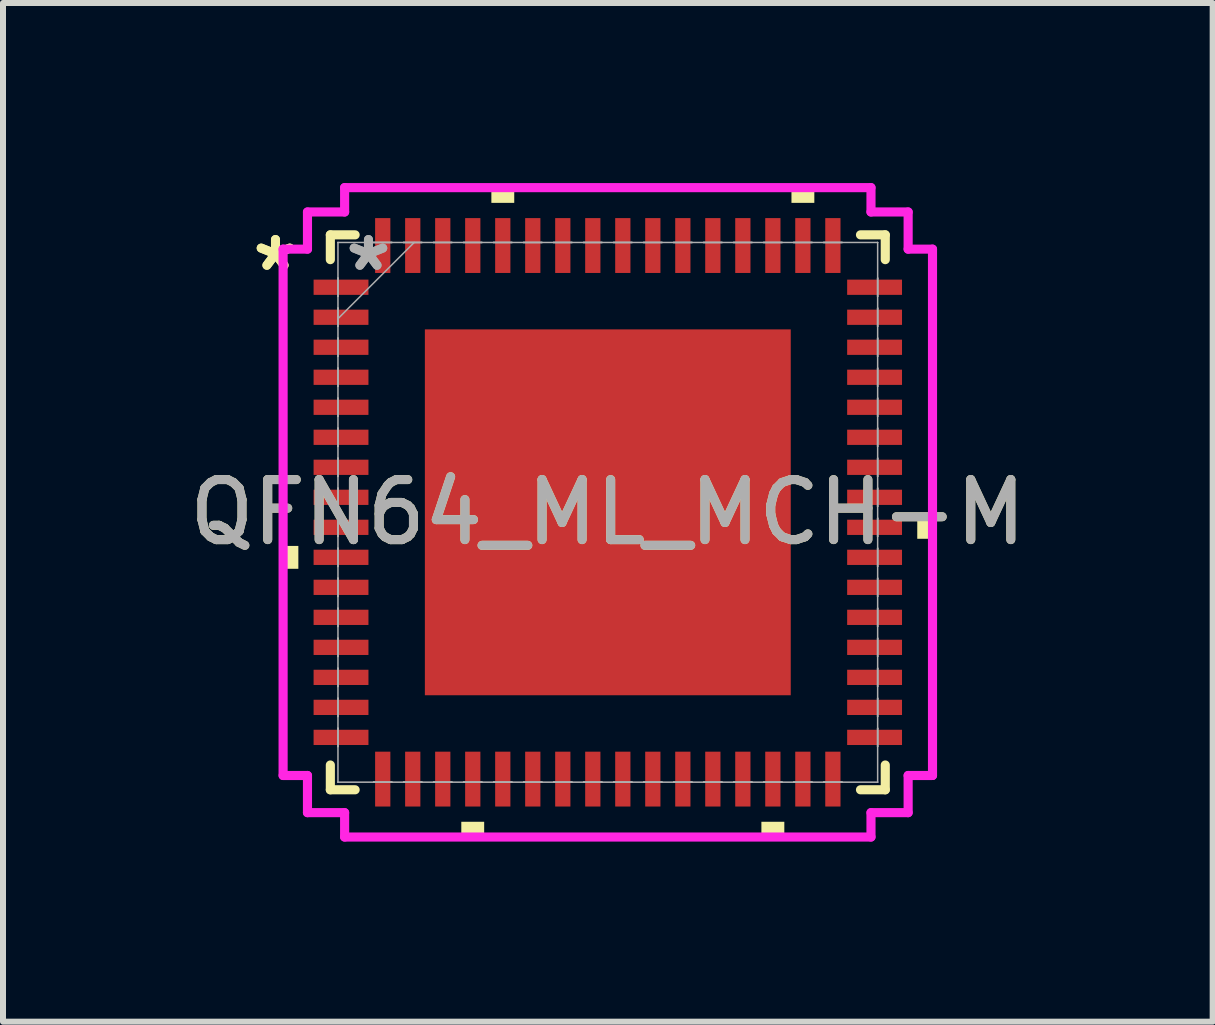
<source format=kicad_pcb>
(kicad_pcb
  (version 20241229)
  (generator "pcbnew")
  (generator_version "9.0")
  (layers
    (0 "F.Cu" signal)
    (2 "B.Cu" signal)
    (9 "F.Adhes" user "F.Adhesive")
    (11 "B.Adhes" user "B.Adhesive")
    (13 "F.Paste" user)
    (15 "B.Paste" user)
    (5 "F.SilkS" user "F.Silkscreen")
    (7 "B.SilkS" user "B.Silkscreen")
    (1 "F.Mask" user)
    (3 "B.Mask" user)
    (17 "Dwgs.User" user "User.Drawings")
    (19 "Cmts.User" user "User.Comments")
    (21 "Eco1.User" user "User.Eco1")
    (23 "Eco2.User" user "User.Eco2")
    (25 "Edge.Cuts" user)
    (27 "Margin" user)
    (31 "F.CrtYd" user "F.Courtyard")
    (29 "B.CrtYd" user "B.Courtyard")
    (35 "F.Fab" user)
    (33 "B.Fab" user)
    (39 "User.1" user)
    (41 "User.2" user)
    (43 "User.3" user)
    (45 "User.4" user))
  (footprint "QFN64_ML_MCH-M"
    (layer "F.Cu")
    (at 7.077 5.486)
    (property "Reference" "QFN64_ML_MCH-M" (at 0 0 0) (unlocked yes) (layer "F.SilkS") (effects (font (size 1 1) (thickness 0.15))))
    (attr smd)
    (fp_line (start -4.623 -4.623) (end -4.623 -4.21) (stroke (width 0.152) (type solid)) (layer "F.SilkS"))
    (fp_line (start -4.623 4.21) (end -4.623 4.623) (stroke (width 0.152) (type solid)) (layer "F.SilkS"))
    (fp_line (start -4.623 4.623) (end -4.21 4.623) (stroke (width 0.152) (type solid)) (layer "F.SilkS"))
    (fp_line (start -4.21 -4.623) (end -4.623 -4.623) (stroke (width 0.152) (type solid)) (layer "F.SilkS"))
    (fp_line (start 4.21 4.623) (end 4.623 4.623) (stroke (width 0.152) (type solid)) (layer "F.SilkS"))
    (fp_line (start 4.623 -4.623) (end 4.21 -4.623) (stroke (width 0.152) (type solid)) (layer "F.SilkS"))
    (fp_line (start 4.623 -4.21) (end 4.623 -4.623) (stroke (width 0.152) (type solid)) (layer "F.SilkS"))
    (fp_line (start 4.623 4.623) (end 4.623 4.21) (stroke (width 0.152) (type solid)) (layer "F.SilkS"))
    (fp_poly (pts (xy -5.41 0.56) (xy -5.41 0.941) (xy -5.156 0.941) (xy -5.156 0.56)) (stroke (width 0) (type solid)) (fill yes) (layer "F.SilkS"))
    (fp_poly (pts (xy -2.441 5.156) (xy -2.441 5.41) (xy -2.06 5.41) (xy -2.06 5.156)) (stroke (width 0) (type solid)) (fill yes) (layer "F.SilkS"))
    (fp_poly (pts (xy -1.94 -5.156) (xy -1.94 -5.41) (xy -1.559 -5.41) (xy -1.559 -5.156)) (stroke (width 0) (type solid)) (fill yes) (layer "F.SilkS"))
    (fp_poly (pts (xy 2.559 5.156) (xy 2.559 5.41) (xy 2.941 5.41) (xy 2.941 5.156)) (stroke (width 0) (type solid)) (fill yes) (layer "F.SilkS"))
    (fp_poly (pts (xy 3.06 -5.156) (xy 3.06 -5.41) (xy 3.441 -5.41) (xy 3.441 -5.156)) (stroke (width 0) (type solid)) (fill yes) (layer "F.SilkS"))
    (fp_poly (pts (xy 5.41 0.059) (xy 5.41 0.441) (xy 5.156 0.441) (xy 5.156 0.059)) (stroke (width 0) (type solid)) (fill yes) (layer "F.SilkS"))
    (fp_poly (pts (xy -2.948 -2.948) (xy -2.948 -1.624) (xy -1.624 -1.624) (xy -1.624 -2.948)) (stroke (width 0) (type solid)) (fill yes) (layer "F.Paste"))
    (fp_poly (pts (xy -2.948 -1.424) (xy -2.948 -0.1) (xy -1.624 -0.1) (xy -1.624 -1.424)) (stroke (width 0) (type solid)) (fill yes) (layer "F.Paste"))
    (fp_poly (pts (xy -2.948 0.1) (xy -2.948 1.424) (xy -1.624 1.424) (xy -1.624 0.1)) (stroke (width 0) (type solid)) (fill yes) (layer "F.Paste"))
    (fp_poly (pts (xy -2.948 1.624) (xy -2.948 2.948) (xy -1.624 2.948) (xy -1.624 1.624)) (stroke (width 0) (type solid)) (fill yes) (layer "F.Paste"))
    (fp_poly (pts (xy -1.424 -2.948) (xy -1.424 -1.624) (xy -0.1 -1.624) (xy -0.1 -2.948)) (stroke (width 0) (type solid)) (fill yes) (layer "F.Paste"))
    (fp_poly (pts (xy -1.424 -1.424) (xy -1.424 -0.1) (xy -0.1 -0.1) (xy -0.1 -1.424)) (stroke (width 0) (type solid)) (fill yes) (layer "F.Paste"))
    (fp_poly (pts (xy -1.424 0.1) (xy -1.424 1.424) (xy -0.1 1.424) (xy -0.1 0.1)) (stroke (width 0) (type solid)) (fill yes) (layer "F.Paste"))
    (fp_poly (pts (xy -1.424 1.624) (xy -1.424 2.948) (xy -0.1 2.948) (xy -0.1 1.624)) (stroke (width 0) (type solid)) (fill yes) (layer "F.Paste"))
    (fp_poly (pts (xy 0.1 -2.948) (xy 0.1 -1.624) (xy 1.424 -1.624) (xy 1.424 -2.948)) (stroke (width 0) (type solid)) (fill yes) (layer "F.Paste"))
    (fp_poly (pts (xy 0.1 -1.424) (xy 0.1 -0.1) (xy 1.424 -0.1) (xy 1.424 -1.424)) (stroke (width 0) (type solid)) (fill yes) (layer "F.Paste"))
    (fp_poly (pts (xy 0.1 0.1) (xy 0.1 1.424) (xy 1.424 1.424) (xy 1.424 0.1)) (stroke (width 0) (type solid)) (fill yes) (layer "F.Paste"))
    (fp_poly (pts (xy 0.1 1.624) (xy 0.1 2.948) (xy 1.424 2.948) (xy 1.424 1.624)) (stroke (width 0) (type solid)) (fill yes) (layer "F.Paste"))
    (fp_poly (pts (xy 1.624 -2.948) (xy 1.624 -1.624) (xy 2.948 -1.624) (xy 2.948 -2.948)) (stroke (width 0) (type solid)) (fill yes) (layer "F.Paste"))
    (fp_poly (pts (xy 1.624 -1.424) (xy 1.624 -0.1) (xy 2.948 -0.1) (xy 2.948 -1.424)) (stroke (width 0) (type solid)) (fill yes) (layer "F.Paste"))
    (fp_poly (pts (xy 1.624 0.1) (xy 1.624 1.424) (xy 2.948 1.424) (xy 2.948 0.1)) (stroke (width 0) (type solid)) (fill yes) (layer "F.Paste"))
    (fp_poly (pts (xy 1.624 1.624) (xy 1.624 2.948) (xy 2.948 2.948) (xy 2.948 1.624)) (stroke (width 0) (type solid)) (fill yes) (layer "F.Paste"))
    (fp_line (start -5.41 -4.385) (end -5.004 -4.385) (stroke (width 0.152) (type solid)) (layer "F.CrtYd"))
    (fp_line (start -5.41 4.385) (end -5.41 -4.385) (stroke (width 0.152) (type solid)) (layer "F.CrtYd"))
    (fp_line (start -5.004 -5.004) (end -4.385 -5.004) (stroke (width 0.152) (type solid)) (layer "F.CrtYd"))
    (fp_line (start -5.004 -4.385) (end -5.004 -5.004) (stroke (width 0.152) (type solid)) (layer "F.CrtYd"))
    (fp_line (start -5.004 4.385) (end -5.41 4.385) (stroke (width 0.152) (type solid)) (layer "F.CrtYd"))
    (fp_line (start -5.004 5.004) (end -5.004 4.385) (stroke (width 0.152) (type solid)) (layer "F.CrtYd"))
    (fp_line (start -4.385 -5.41) (end 4.385 -5.41) (stroke (width 0.152) (type solid)) (layer "F.CrtYd"))
    (fp_line (start -4.385 -5.004) (end -4.385 -5.41) (stroke (width 0.152) (type solid)) (layer "F.CrtYd"))
    (fp_line (start -4.385 5.004) (end -5.004 5.004) (stroke (width 0.152) (type solid)) (layer "F.CrtYd"))
    (fp_line (start -4.385 5.41) (end -4.385 5.004) (stroke (width 0.152) (type solid)) (layer "F.CrtYd"))
    (fp_line (start 4.385 -5.41) (end 4.385 -5.004) (stroke (width 0.152) (type solid)) (layer "F.CrtYd"))
    (fp_line (start 4.385 -5.004) (end 5.004 -5.004) (stroke (width 0.152) (type solid)) (layer "F.CrtYd"))
    (fp_line (start 4.385 5.004) (end 4.385 5.41) (stroke (width 0.152) (type solid)) (layer "F.CrtYd"))
    (fp_line (start 4.385 5.41) (end -4.385 5.41) (stroke (width 0.152) (type solid)) (layer "F.CrtYd"))
    (fp_line (start 5.004 -5.004) (end 5.004 -4.385) (stroke (width 0.152) (type solid)) (layer "F.CrtYd"))
    (fp_line (start 5.004 -4.385) (end 5.41 -4.385) (stroke (width 0.152) (type solid)) (layer "F.CrtYd"))
    (fp_line (start 5.004 4.385) (end 5.004 5.004) (stroke (width 0.152) (type solid)) (layer "F.CrtYd"))
    (fp_line (start 5.004 5.004) (end 4.385 5.004) (stroke (width 0.152) (type solid)) (layer "F.CrtYd"))
    (fp_line (start 5.41 -4.385) (end 5.41 4.385) (stroke (width 0.152) (type solid)) (layer "F.CrtYd"))
    (fp_line (start 5.41 4.385) (end 5.004 4.385) (stroke (width 0.152) (type solid)) (layer "F.CrtYd"))
    (fp_line (start -4.496 -4.496) (end -4.496 -4.496) (stroke (width 0.025) (type solid)) (layer "F.Fab"))
    (fp_line (start -4.496 -4.496) (end -4.496 4.496) (stroke (width 0.025) (type solid)) (layer "F.Fab"))
    (fp_line (start -4.496 -3.902) (end -4.496 -3.902) (stroke (width 0.025) (type solid)) (layer "F.Fab"))
    (fp_line (start -4.496 -3.902) (end -4.496 -3.598) (stroke (width 0.025) (type solid)) (layer "F.Fab"))
    (fp_line (start -4.496 -3.598) (end -4.496 -3.902) (stroke (width 0.025) (type solid)) (layer "F.Fab"))
    (fp_line (start -4.496 -3.598) (end -4.496 -3.598) (stroke (width 0.025) (type solid)) (layer "F.Fab"))
    (fp_line (start -4.496 -3.402) (end -4.496 -3.402) (stroke (width 0.025) (type solid)) (layer "F.Fab"))
    (fp_line (start -4.496 -3.402) (end -4.496 -3.098) (stroke (width 0.025) (type solid)) (layer "F.Fab"))
    (fp_line (start -4.496 -3.226) (end -3.226 -4.496) (stroke (width 0.025) (type solid)) (layer "F.Fab"))
    (fp_line (start -4.496 -3.098) (end -4.496 -3.402) (stroke (width 0.025) (type solid)) (layer "F.Fab"))
    (fp_line (start -4.496 -3.098) (end -4.496 -3.098) (stroke (width 0.025) (type solid)) (layer "F.Fab"))
    (fp_line (start -4.496 -2.902) (end -4.496 -2.902) (stroke (width 0.025) (type solid)) (layer "F.Fab"))
    (fp_line (start -4.496 -2.902) (end -4.496 -2.598) (stroke (width 0.025) (type solid)) (layer "F.Fab"))
    (fp_line (start -4.496 -2.598) (end -4.496 -2.902) (stroke (width 0.025) (type solid)) (layer "F.Fab"))
    (fp_line (start -4.496 -2.598) (end -4.496 -2.598) (stroke (width 0.025) (type solid)) (layer "F.Fab"))
    (fp_line (start -4.496 -2.402) (end -4.496 -2.402) (stroke (width 0.025) (type solid)) (layer "F.Fab"))
    (fp_line (start -4.496 -2.402) (end -4.496 -2.098) (stroke (width 0.025) (type solid)) (layer "F.Fab"))
    (fp_line (start -4.496 -2.098) (end -4.496 -2.402) (stroke (width 0.025) (type solid)) (layer "F.Fab"))
    (fp_line (start -4.496 -2.098) (end -4.496 -2.098) (stroke (width 0.025) (type solid)) (layer "F.Fab"))
    (fp_line (start -4.496 -1.902) (end -4.496 -1.902) (stroke (width 0.025) (type solid)) (layer "F.Fab"))
    (fp_line (start -4.496 -1.902) (end -4.496 -1.598) (stroke (width 0.025) (type solid)) (layer "F.Fab"))
    (fp_line (start -4.496 -1.598) (end -4.496 -1.902) (stroke (width 0.025) (type solid)) (layer "F.Fab"))
    (fp_line (start -4.496 -1.598) (end -4.496 -1.598) (stroke (width 0.025) (type solid)) (layer "F.Fab"))
    (fp_line (start -4.496 -1.402) (end -4.496 -1.402) (stroke (width 0.025) (type solid)) (layer "F.Fab"))
    (fp_line (start -4.496 -1.402) (end -4.496 -1.098) (stroke (width 0.025) (type solid)) (layer "F.Fab"))
    (fp_line (start -4.496 -1.098) (end -4.496 -1.402) (stroke (width 0.025) (type solid)) (layer "F.Fab"))
    (fp_line (start -4.496 -1.098) (end -4.496 -1.098) (stroke (width 0.025) (type solid)) (layer "F.Fab"))
    (fp_line (start -4.496 -0.902) (end -4.496 -0.902) (stroke (width 0.025) (type solid)) (layer "F.Fab"))
    (fp_line (start -4.496 -0.902) (end -4.496 -0.598) (stroke (width 0.025) (type solid)) (layer "F.Fab"))
    (fp_line (start -4.496 -0.598) (end -4.496 -0.902) (stroke (width 0.025) (type solid)) (layer "F.Fab"))
    (fp_line (start -4.496 -0.598) (end -4.496 -0.598) (stroke (width 0.025) (type solid)) (layer "F.Fab"))
    (fp_line (start -4.496 -0.402) (end -4.496 -0.402) (stroke (width 0.025) (type solid)) (layer "F.Fab"))
    (fp_line (start -4.496 -0.402) (end -4.496 -0.098) (stroke (width 0.025) (type solid)) (layer "F.Fab"))
    (fp_line (start -4.496 -0.098) (end -4.496 -0.402) (stroke (width 0.025) (type solid)) (layer "F.Fab"))
    (fp_line (start -4.496 -0.098) (end -4.496 -0.098) (stroke (width 0.025) (type solid)) (layer "F.Fab"))
    (fp_line (start -4.496 0.098) (end -4.496 0.098) (stroke (width 0.025) (type solid)) (layer "F.Fab"))
    (fp_line (start -4.496 0.098) (end -4.496 0.402) (stroke (width 0.025) (type solid)) (layer "F.Fab"))
    (fp_line (start -4.496 0.402) (end -4.496 0.098) (stroke (width 0.025) (type solid)) (layer "F.Fab"))
    (fp_line (start -4.496 0.402) (end -4.496 0.402) (stroke (width 0.025) (type solid)) (layer "F.Fab"))
    (fp_line (start -4.496 0.598) (end -4.496 0.598) (stroke (width 0.025) (type solid)) (layer "F.Fab"))
    (fp_line (start -4.496 0.598) (end -4.496 0.902) (stroke (width 0.025) (type solid)) (layer "F.Fab"))
    (fp_line (start -4.496 0.902) (end -4.496 0.598) (stroke (width 0.025) (type solid)) (layer "F.Fab"))
    (fp_line (start -4.496 0.902) (end -4.496 0.902) (stroke (width 0.025) (type solid)) (layer "F.Fab"))
    (fp_line (start -4.496 1.098) (end -4.496 1.098) (stroke (width 0.025) (type solid)) (layer "F.Fab"))
    (fp_line (start -4.496 1.098) (end -4.496 1.402) (stroke (width 0.025) (type solid)) (layer "F.Fab"))
    (fp_line (start -4.496 1.402) (end -4.496 1.098) (stroke (width 0.025) (type solid)) (layer "F.Fab"))
    (fp_line (start -4.496 1.402) (end -4.496 1.402) (stroke (width 0.025) (type solid)) (layer "F.Fab"))
    (fp_line (start -4.496 1.598) (end -4.496 1.598) (stroke (width 0.025) (type solid)) (layer "F.Fab"))
    (fp_line (start -4.496 1.598) (end -4.496 1.902) (stroke (width 0.025) (type solid)) (layer "F.Fab"))
    (fp_line (start -4.496 1.902) (end -4.496 1.598) (stroke (width 0.025) (type solid)) (layer "F.Fab"))
    (fp_line (start -4.496 1.902) (end -4.496 1.902) (stroke (width 0.025) (type solid)) (layer "F.Fab"))
    (fp_line (start -4.496 2.098) (end -4.496 2.098) (stroke (width 0.025) (type solid)) (layer "F.Fab"))
    (fp_line (start -4.496 2.098) (end -4.496 2.402) (stroke (width 0.025) (type solid)) (layer "F.Fab"))
    (fp_line (start -4.496 2.402) (end -4.496 2.098) (stroke (width 0.025) (type solid)) (layer "F.Fab"))
    (fp_line (start -4.496 2.402) (end -4.496 2.402) (stroke (width 0.025) (type solid)) (layer "F.Fab"))
    (fp_line (start -4.496 2.598) (end -4.496 2.598) (stroke (width 0.025) (type solid)) (layer "F.Fab"))
    (fp_line (start -4.496 2.598) (end -4.496 2.902) (stroke (width 0.025) (type solid)) (layer "F.Fab"))
    (fp_line (start -4.496 2.902) (end -4.496 2.598) (stroke (width 0.025) (type solid)) (layer "F.Fab"))
    (fp_line (start -4.496 2.902) (end -4.496 2.902) (stroke (width 0.025) (type solid)) (layer "F.Fab"))
    (fp_line (start -4.496 3.098) (end -4.496 3.098) (stroke (width 0.025) (type solid)) (layer "F.Fab"))
    (fp_line (start -4.496 3.098) (end -4.496 3.402) (stroke (width 0.025) (type solid)) (layer "F.Fab"))
    (fp_line (start -4.496 3.402) (end -4.496 3.098) (stroke (width 0.025) (type solid)) (layer "F.Fab"))
    (fp_line (start -4.496 3.402) (end -4.496 3.402) (stroke (width 0.025) (type solid)) (layer "F.Fab"))
    (fp_line (start -4.496 3.598) (end -4.496 3.598) (stroke (width 0.025) (type solid)) (layer "F.Fab"))
    (fp_line (start -4.496 3.598) (end -4.496 3.902) (stroke (width 0.025) (type solid)) (layer "F.Fab"))
    (fp_line (start -4.496 3.902) (end -4.496 3.598) (stroke (width 0.025) (type solid)) (layer "F.Fab"))
    (fp_line (start -4.496 3.902) (end -4.496 3.902) (stroke (width 0.025) (type solid)) (layer "F.Fab"))
    (fp_line (start -4.496 4.496) (end -4.496 4.496) (stroke (width 0.025) (type solid)) (layer "F.Fab"))
    (fp_line (start -4.496 4.496) (end 4.496 4.496) (stroke (width 0.025) (type solid)) (layer "F.Fab"))
    (fp_line (start -3.902 -4.496) (end -3.902 -4.496) (stroke (width 0.025) (type solid)) (layer "F.Fab"))
    (fp_line (start -3.902 -4.496) (end -3.598 -4.496) (stroke (width 0.025) (type solid)) (layer "F.Fab"))
    (fp_line (start -3.902 4.496) (end -3.902 4.496) (stroke (width 0.025) (type solid)) (layer "F.Fab"))
    (fp_line (start -3.902 4.496) (end -3.598 4.496) (stroke (width 0.025) (type solid)) (layer "F.Fab"))
    (fp_line (start -3.598 -4.496) (end -3.902 -4.496) (stroke (width 0.025) (type solid)) (layer "F.Fab"))
    (fp_line (start -3.598 -4.496) (end -3.598 -4.496) (stroke (width 0.025) (type solid)) (layer "F.Fab"))
    (fp_line (start -3.598 4.496) (end -3.902 4.496) (stroke (width 0.025) (type solid)) (layer "F.Fab"))
    (fp_line (start -3.598 4.496) (end -3.598 4.496) (stroke (width 0.025) (type solid)) (layer "F.Fab"))
    (fp_line (start -3.402 -4.496) (end -3.402 -4.496) (stroke (width 0.025) (type solid)) (layer "F.Fab"))
    (fp_line (start -3.402 -4.496) (end -3.098 -4.496) (stroke (width 0.025) (type solid)) (layer "F.Fab"))
    (fp_line (start -3.402 4.496) (end -3.402 4.496) (stroke (width 0.025) (type solid)) (layer "F.Fab"))
    (fp_line (start -3.402 4.496) (end -3.098 4.496) (stroke (width 0.025) (type solid)) (layer "F.Fab"))
    (fp_line (start -3.098 -4.496) (end -3.402 -4.496) (stroke (width 0.025) (type solid)) (layer "F.Fab"))
    (fp_line (start -3.098 -4.496) (end -3.098 -4.496) (stroke (width 0.025) (type solid)) (layer "F.Fab"))
    (fp_line (start -3.098 4.496) (end -3.402 4.496) (stroke (width 0.025) (type solid)) (layer "F.Fab"))
    (fp_line (start -3.098 4.496) (end -3.098 4.496) (stroke (width 0.025) (type solid)) (layer "F.Fab"))
    (fp_line (start -2.902 -4.496) (end -2.902 -4.496) (stroke (width 0.025) (type solid)) (layer "F.Fab"))
    (fp_line (start -2.902 -4.496) (end -2.598 -4.496) (stroke (width 0.025) (type solid)) (layer "F.Fab"))
    (fp_line (start -2.902 4.496) (end -2.902 4.496) (stroke (width 0.025) (type solid)) (layer "F.Fab"))
    (fp_line (start -2.902 4.496) (end -2.598 4.496) (stroke (width 0.025) (type solid)) (layer "F.Fab"))
    (fp_line (start -2.598 -4.496) (end -2.902 -4.496) (stroke (width 0.025) (type solid)) (layer "F.Fab"))
    (fp_line (start -2.598 -4.496) (end -2.598 -4.496) (stroke (width 0.025) (type solid)) (layer "F.Fab"))
    (fp_line (start -2.598 4.496) (end -2.902 4.496) (stroke (width 0.025) (type solid)) (layer "F.Fab"))
    (fp_line (start -2.598 4.496) (end -2.598 4.496) (stroke (width 0.025) (type solid)) (layer "F.Fab"))
    (fp_line (start -2.402 -4.496) (end -2.402 -4.496) (stroke (width 0.025) (type solid)) (layer "F.Fab"))
    (fp_line (start -2.402 -4.496) (end -2.098 -4.496) (stroke (width 0.025) (type solid)) (layer "F.Fab"))
    (fp_line (start -2.402 4.496) (end -2.402 4.496) (stroke (width 0.025) (type solid)) (layer "F.Fab"))
    (fp_line (start -2.402 4.496) (end -2.098 4.496) (stroke (width 0.025) (type solid)) (layer "F.Fab"))
    (fp_line (start -2.098 -4.496) (end -2.402 -4.496) (stroke (width 0.025) (type solid)) (layer "F.Fab"))
    (fp_line (start -2.098 -4.496) (end -2.098 -4.496) (stroke (width 0.025) (type solid)) (layer "F.Fab"))
    (fp_line (start -2.098 4.496) (end -2.402 4.496) (stroke (width 0.025) (type solid)) (layer "F.Fab"))
    (fp_line (start -2.098 4.496) (end -2.098 4.496) (stroke (width 0.025) (type solid)) (layer "F.Fab"))
    (fp_line (start -1.902 -4.496) (end -1.902 -4.496) (stroke (width 0.025) (type solid)) (layer "F.Fab"))
    (fp_line (start -1.902 -4.496) (end -1.598 -4.496) (stroke (width 0.025) (type solid)) (layer "F.Fab"))
    (fp_line (start -1.902 4.496) (end -1.902 4.496) (stroke (width 0.025) (type solid)) (layer "F.Fab"))
    (fp_line (start -1.902 4.496) (end -1.598 4.496) (stroke (width 0.025) (type solid)) (layer "F.Fab"))
    (fp_line (start -1.598 -4.496) (end -1.902 -4.496) (stroke (width 0.025) (type solid)) (layer "F.Fab"))
    (fp_line (start -1.598 -4.496) (end -1.598 -4.496) (stroke (width 0.025) (type solid)) (layer "F.Fab"))
    (fp_line (start -1.598 4.496) (end -1.902 4.496) (stroke (width 0.025) (type solid)) (layer "F.Fab"))
    (fp_line (start -1.598 4.496) (end -1.598 4.496) (stroke (width 0.025) (type solid)) (layer "F.Fab"))
    (fp_line (start -1.402 -4.496) (end -1.402 -4.496) (stroke (width 0.025) (type solid)) (layer "F.Fab"))
    (fp_line (start -1.402 -4.496) (end -1.098 -4.496) (stroke (width 0.025) (type solid)) (layer "F.Fab"))
    (fp_line (start -1.402 4.496) (end -1.402 4.496) (stroke (width 0.025) (type solid)) (layer "F.Fab"))
    (fp_line (start -1.402 4.496) (end -1.098 4.496) (stroke (width 0.025) (type solid)) (layer "F.Fab"))
    (fp_line (start -1.098 -4.496) (end -1.402 -4.496) (stroke (width 0.025) (type solid)) (layer "F.Fab"))
    (fp_line (start -1.098 -4.496) (end -1.098 -4.496) (stroke (width 0.025) (type solid)) (layer "F.Fab"))
    (fp_line (start -1.098 4.496) (end -1.402 4.496) (stroke (width 0.025) (type solid)) (layer "F.Fab"))
    (fp_line (start -1.098 4.496) (end -1.098 4.496) (stroke (width 0.025) (type solid)) (layer "F.Fab"))
    (fp_line (start -0.902 -4.496) (end -0.902 -4.496) (stroke (width 0.025) (type solid)) (layer "F.Fab"))
    (fp_line (start -0.902 -4.496) (end -0.598 -4.496) (stroke (width 0.025) (type solid)) (layer "F.Fab"))
    (fp_line (start -0.902 4.496) (end -0.902 4.496) (stroke (width 0.025) (type solid)) (layer "F.Fab"))
    (fp_line (start -0.902 4.496) (end -0.598 4.496) (stroke (width 0.025) (type solid)) (layer "F.Fab"))
    (fp_line (start -0.598 -4.496) (end -0.902 -4.496) (stroke (width 0.025) (type solid)) (layer "F.Fab"))
    (fp_line (start -0.598 -4.496) (end -0.598 -4.496) (stroke (width 0.025) (type solid)) (layer "F.Fab"))
    (fp_line (start -0.598 4.496) (end -0.902 4.496) (stroke (width 0.025) (type solid)) (layer "F.Fab"))
    (fp_line (start -0.598 4.496) (end -0.598 4.496) (stroke (width 0.025) (type solid)) (layer "F.Fab"))
    (fp_line (start -0.402 -4.496) (end -0.402 -4.496) (stroke (width 0.025) (type solid)) (layer "F.Fab"))
    (fp_line (start -0.402 -4.496) (end -0.098 -4.496) (stroke (width 0.025) (type solid)) (layer "F.Fab"))
    (fp_line (start -0.402 4.496) (end -0.402 4.496) (stroke (width 0.025) (type solid)) (layer "F.Fab"))
    (fp_line (start -0.402 4.496) (end -0.098 4.496) (stroke (width 0.025) (type solid)) (layer "F.Fab"))
    (fp_line (start -0.098 -4.496) (end -0.402 -4.496) (stroke (width 0.025) (type solid)) (layer "F.Fab"))
    (fp_line (start -0.098 -4.496) (end -0.098 -4.496) (stroke (width 0.025) (type solid)) (layer "F.Fab"))
    (fp_line (start -0.098 4.496) (end -0.402 4.496) (stroke (width 0.025) (type solid)) (layer "F.Fab"))
    (fp_line (start -0.098 4.496) (end -0.098 4.496) (stroke (width 0.025) (type solid)) (layer "F.Fab"))
    (fp_line (start 0.098 -4.496) (end 0.098 -4.496) (stroke (width 0.025) (type solid)) (layer "F.Fab"))
    (fp_line (start 0.098 -4.496) (end 0.402 -4.496) (stroke (width 0.025) (type solid)) (layer "F.Fab"))
    (fp_line (start 0.098 4.496) (end 0.098 4.496) (stroke (width 0.025) (type solid)) (layer "F.Fab"))
    (fp_line (start 0.098 4.496) (end 0.402 4.496) (stroke (width 0.025) (type solid)) (layer "F.Fab"))
    (fp_line (start 0.402 -4.496) (end 0.098 -4.496) (stroke (width 0.025) (type solid)) (layer "F.Fab"))
    (fp_line (start 0.402 -4.496) (end 0.402 -4.496) (stroke (width 0.025) (type solid)) (layer "F.Fab"))
    (fp_line (start 0.402 4.496) (end 0.098 4.496) (stroke (width 0.025) (type solid)) (layer "F.Fab"))
    (fp_line (start 0.402 4.496) (end 0.402 4.496) (stroke (width 0.025) (type solid)) (layer "F.Fab"))
    (fp_line (start 0.598 -4.496) (end 0.598 -4.496) (stroke (width 0.025) (type solid)) (layer "F.Fab"))
    (fp_line (start 0.598 -4.496) (end 0.902 -4.496) (stroke (width 0.025) (type solid)) (layer "F.Fab"))
    (fp_line (start 0.598 4.496) (end 0.598 4.496) (stroke (width 0.025) (type solid)) (layer "F.Fab"))
    (fp_line (start 0.598 4.496) (end 0.902 4.496) (stroke (width 0.025) (type solid)) (layer "F.Fab"))
    (fp_line (start 0.902 -4.496) (end 0.598 -4.496) (stroke (width 0.025) (type solid)) (layer "F.Fab"))
    (fp_line (start 0.902 -4.496) (end 0.902 -4.496) (stroke (width 0.025) (type solid)) (layer "F.Fab"))
    (fp_line (start 0.902 4.496) (end 0.598 4.496) (stroke (width 0.025) (type solid)) (layer "F.Fab"))
    (fp_line (start 0.902 4.496) (end 0.902 4.496) (stroke (width 0.025) (type solid)) (layer "F.Fab"))
    (fp_line (start 1.098 -4.496) (end 1.098 -4.496) (stroke (width 0.025) (type solid)) (layer "F.Fab"))
    (fp_line (start 1.098 -4.496) (end 1.402 -4.496) (stroke (width 0.025) (type solid)) (layer "F.Fab"))
    (fp_line (start 1.098 4.496) (end 1.098 4.496) (stroke (width 0.025) (type solid)) (layer "F.Fab"))
    (fp_line (start 1.098 4.496) (end 1.402 4.496) (stroke (width 0.025) (type solid)) (layer "F.Fab"))
    (fp_line (start 1.402 -4.496) (end 1.098 -4.496) (stroke (width 0.025) (type solid)) (layer "F.Fab"))
    (fp_line (start 1.402 -4.496) (end 1.402 -4.496) (stroke (width 0.025) (type solid)) (layer "F.Fab"))
    (fp_line (start 1.402 4.496) (end 1.098 4.496) (stroke (width 0.025) (type solid)) (layer "F.Fab"))
    (fp_line (start 1.402 4.496) (end 1.402 4.496) (stroke (width 0.025) (type solid)) (layer "F.Fab"))
    (fp_line (start 1.598 -4.496) (end 1.598 -4.496) (stroke (width 0.025) (type solid)) (layer "F.Fab"))
    (fp_line (start 1.598 -4.496) (end 1.902 -4.496) (stroke (width 0.025) (type solid)) (layer "F.Fab"))
    (fp_line (start 1.598 4.496) (end 1.598 4.496) (stroke (width 0.025) (type solid)) (layer "F.Fab"))
    (fp_line (start 1.598 4.496) (end 1.902 4.496) (stroke (width 0.025) (type solid)) (layer "F.Fab"))
    (fp_line (start 1.902 -4.496) (end 1.598 -4.496) (stroke (width 0.025) (type solid)) (layer "F.Fab"))
    (fp_line (start 1.902 -4.496) (end 1.902 -4.496) (stroke (width 0.025) (type solid)) (layer "F.Fab"))
    (fp_line (start 1.902 4.496) (end 1.598 4.496) (stroke (width 0.025) (type solid)) (layer "F.Fab"))
    (fp_line (start 1.902 4.496) (end 1.902 4.496) (stroke (width 0.025) (type solid)) (layer "F.Fab"))
    (fp_line (start 2.098 -4.496) (end 2.098 -4.496) (stroke (width 0.025) (type solid)) (layer "F.Fab"))
    (fp_line (start 2.098 -4.496) (end 2.402 -4.496) (stroke (width 0.025) (type solid)) (layer "F.Fab"))
    (fp_line (start 2.098 4.496) (end 2.098 4.496) (stroke (width 0.025) (type solid)) (layer "F.Fab"))
    (fp_line (start 2.098 4.496) (end 2.402 4.496) (stroke (width 0.025) (type solid)) (layer "F.Fab"))
    (fp_line (start 2.402 -4.496) (end 2.098 -4.496) (stroke (width 0.025) (type solid)) (layer "F.Fab"))
    (fp_line (start 2.402 -4.496) (end 2.402 -4.496) (stroke (width 0.025) (type solid)) (layer "F.Fab"))
    (fp_line (start 2.402 4.496) (end 2.098 4.496) (stroke (width 0.025) (type solid)) (layer "F.Fab"))
    (fp_line (start 2.402 4.496) (end 2.402 4.496) (stroke (width 0.025) (type solid)) (layer "F.Fab"))
    (fp_line (start 2.598 -4.496) (end 2.598 -4.496) (stroke (width 0.025) (type solid)) (layer "F.Fab"))
    (fp_line (start 2.598 -4.496) (end 2.902 -4.496) (stroke (width 0.025) (type solid)) (layer "F.Fab"))
    (fp_line (start 2.598 4.496) (end 2.598 4.496) (stroke (width 0.025) (type solid)) (layer "F.Fab"))
    (fp_line (start 2.598 4.496) (end 2.902 4.496) (stroke (width 0.025) (type solid)) (layer "F.Fab"))
    (fp_line (start 2.902 -4.496) (end 2.598 -4.496) (stroke (width 0.025) (type solid)) (layer "F.Fab"))
    (fp_line (start 2.902 -4.496) (end 2.902 -4.496) (stroke (width 0.025) (type solid)) (layer "F.Fab"))
    (fp_line (start 2.902 4.496) (end 2.598 4.496) (stroke (width 0.025) (type solid)) (layer "F.Fab"))
    (fp_line (start 2.902 4.496) (end 2.902 4.496) (stroke (width 0.025) (type solid)) (layer "F.Fab"))
    (fp_line (start 3.098 -4.496) (end 3.098 -4.496) (stroke (width 0.025) (type solid)) (layer "F.Fab"))
    (fp_line (start 3.098 -4.496) (end 3.402 -4.496) (stroke (width 0.025) (type solid)) (layer "F.Fab"))
    (fp_line (start 3.098 4.496) (end 3.098 4.496) (stroke (width 0.025) (type solid)) (layer "F.Fab"))
    (fp_line (start 3.098 4.496) (end 3.402 4.496) (stroke (width 0.025) (type solid)) (layer "F.Fab"))
    (fp_line (start 3.402 -4.496) (end 3.098 -4.496) (stroke (width 0.025) (type solid)) (layer "F.Fab"))
    (fp_line (start 3.402 -4.496) (end 3.402 -4.496) (stroke (width 0.025) (type solid)) (layer "F.Fab"))
    (fp_line (start 3.402 4.496) (end 3.098 4.496) (stroke (width 0.025) (type solid)) (layer "F.Fab"))
    (fp_line (start 3.402 4.496) (end 3.402 4.496) (stroke (width 0.025) (type solid)) (layer "F.Fab"))
    (fp_line (start 3.598 -4.496) (end 3.598 -4.496) (stroke (width 0.025) (type solid)) (layer "F.Fab"))
    (fp_line (start 3.598 -4.496) (end 3.902 -4.496) (stroke (width 0.025) (type solid)) (layer "F.Fab"))
    (fp_line (start 3.598 4.496) (end 3.598 4.496) (stroke (width 0.025) (type solid)) (layer "F.Fab"))
    (fp_line (start 3.598 4.496) (end 3.902 4.496) (stroke (width 0.025) (type solid)) (layer "F.Fab"))
    (fp_line (start 3.902 -4.496) (end 3.598 -4.496) (stroke (width 0.025) (type solid)) (layer "F.Fab"))
    (fp_line (start 3.902 -4.496) (end 3.902 -4.496) (stroke (width 0.025) (type solid)) (layer "F.Fab"))
    (fp_line (start 3.902 4.496) (end 3.598 4.496) (stroke (width 0.025) (type solid)) (layer "F.Fab"))
    (fp_line (start 3.902 4.496) (end 3.902 4.496) (stroke (width 0.025) (type solid)) (layer "F.Fab"))
    (fp_line (start 4.496 -4.496) (end -4.496 -4.496) (stroke (width 0.025) (type solid)) (layer "F.Fab"))
    (fp_line (start 4.496 -4.496) (end 4.496 -4.496) (stroke (width 0.025) (type solid)) (layer "F.Fab"))
    (fp_line (start 4.496 -3.902) (end 4.496 -3.902) (stroke (width 0.025) (type solid)) (layer "F.Fab"))
    (fp_line (start 4.496 -3.902) (end 4.496 -3.598) (stroke (width 0.025) (type solid)) (layer "F.Fab"))
    (fp_line (start 4.496 -3.598) (end 4.496 -3.902) (stroke (width 0.025) (type solid)) (layer "F.Fab"))
    (fp_line (start 4.496 -3.598) (end 4.496 -3.598) (stroke (width 0.025) (type solid)) (layer "F.Fab"))
    (fp_line (start 4.496 -3.402) (end 4.496 -3.402) (stroke (width 0.025) (type solid)) (layer "F.Fab"))
    (fp_line (start 4.496 -3.402) (end 4.496 -3.098) (stroke (width 0.025) (type solid)) (layer "F.Fab"))
    (fp_line (start 4.496 -3.098) (end 4.496 -3.402) (stroke (width 0.025) (type solid)) (layer "F.Fab"))
    (fp_line (start 4.496 -3.098) (end 4.496 -3.098) (stroke (width 0.025) (type solid)) (layer "F.Fab"))
    (fp_line (start 4.496 -2.902) (end 4.496 -2.902) (stroke (width 0.025) (type solid)) (layer "F.Fab"))
    (fp_line (start 4.496 -2.902) (end 4.496 -2.598) (stroke (width 0.025) (type solid)) (layer "F.Fab"))
    (fp_line (start 4.496 -2.598) (end 4.496 -2.902) (stroke (width 0.025) (type solid)) (layer "F.Fab"))
    (fp_line (start 4.496 -2.598) (end 4.496 -2.598) (stroke (width 0.025) (type solid)) (layer "F.Fab"))
    (fp_line (start 4.496 -2.402) (end 4.496 -2.402) (stroke (width 0.025) (type solid)) (layer "F.Fab"))
    (fp_line (start 4.496 -2.402) (end 4.496 -2.098) (stroke (width 0.025) (type solid)) (layer "F.Fab"))
    (fp_line (start 4.496 -2.098) (end 4.496 -2.402) (stroke (width 0.025) (type solid)) (layer "F.Fab"))
    (fp_line (start 4.496 -2.098) (end 4.496 -2.098) (stroke (width 0.025) (type solid)) (layer "F.Fab"))
    (fp_line (start 4.496 -1.902) (end 4.496 -1.902) (stroke (width 0.025) (type solid)) (layer "F.Fab"))
    (fp_line (start 4.496 -1.902) (end 4.496 -1.598) (stroke (width 0.025) (type solid)) (layer "F.Fab"))
    (fp_line (start 4.496 -1.598) (end 4.496 -1.902) (stroke (width 0.025) (type solid)) (layer "F.Fab"))
    (fp_line (start 4.496 -1.598) (end 4.496 -1.598) (stroke (width 0.025) (type solid)) (layer "F.Fab"))
    (fp_line (start 4.496 -1.402) (end 4.496 -1.402) (stroke (width 0.025) (type solid)) (layer "F.Fab"))
    (fp_line (start 4.496 -1.402) (end 4.496 -1.098) (stroke (width 0.025) (type solid)) (layer "F.Fab"))
    (fp_line (start 4.496 -1.098) (end 4.496 -1.402) (stroke (width 0.025) (type solid)) (layer "F.Fab"))
    (fp_line (start 4.496 -1.098) (end 4.496 -1.098) (stroke (width 0.025) (type solid)) (layer "F.Fab"))
    (fp_line (start 4.496 -0.902) (end 4.496 -0.902) (stroke (width 0.025) (type solid)) (layer "F.Fab"))
    (fp_line (start 4.496 -0.902) (end 4.496 -0.598) (stroke (width 0.025) (type solid)) (layer "F.Fab"))
    (fp_line (start 4.496 -0.598) (end 4.496 -0.902) (stroke (width 0.025) (type solid)) (layer "F.Fab"))
    (fp_line (start 4.496 -0.598) (end 4.496 -0.598) (stroke (width 0.025) (type solid)) (layer "F.Fab"))
    (fp_line (start 4.496 -0.402) (end 4.496 -0.402) (stroke (width 0.025) (type solid)) (layer "F.Fab"))
    (fp_line (start 4.496 -0.402) (end 4.496 -0.098) (stroke (width 0.025) (type solid)) (layer "F.Fab"))
    (fp_line (start 4.496 -0.098) (end 4.496 -0.402) (stroke (width 0.025) (type solid)) (layer "F.Fab"))
    (fp_line (start 4.496 -0.098) (end 4.496 -0.098) (stroke (width 0.025) (type solid)) (layer "F.Fab"))
    (fp_line (start 4.496 0.098) (end 4.496 0.098) (stroke (width 0.025) (type solid)) (layer "F.Fab"))
    (fp_line (start 4.496 0.098) (end 4.496 0.402) (stroke (width 0.025) (type solid)) (layer "F.Fab"))
    (fp_line (start 4.496 0.402) (end 4.496 0.098) (stroke (width 0.025) (type solid)) (layer "F.Fab"))
    (fp_line (start 4.496 0.402) (end 4.496 0.402) (stroke (width 0.025) (type solid)) (layer "F.Fab"))
    (fp_line (start 4.496 0.598) (end 4.496 0.598) (stroke (width 0.025) (type solid)) (layer "F.Fab"))
    (fp_line (start 4.496 0.598) (end 4.496 0.902) (stroke (width 0.025) (type solid)) (layer "F.Fab"))
    (fp_line (start 4.496 0.902) (end 4.496 0.598) (stroke (width 0.025) (type solid)) (layer "F.Fab"))
    (fp_line (start 4.496 0.902) (end 4.496 0.902) (stroke (width 0.025) (type solid)) (layer "F.Fab"))
    (fp_line (start 4.496 1.098) (end 4.496 1.098) (stroke (width 0.025) (type solid)) (layer "F.Fab"))
    (fp_line (start 4.496 1.098) (end 4.496 1.402) (stroke (width 0.025) (type solid)) (layer "F.Fab"))
    (fp_line (start 4.496 1.402) (end 4.496 1.098) (stroke (width 0.025) (type solid)) (layer "F.Fab"))
    (fp_line (start 4.496 1.402) (end 4.496 1.402) (stroke (width 0.025) (type solid)) (layer "F.Fab"))
    (fp_line (start 4.496 1.598) (end 4.496 1.598) (stroke (width 0.025) (type solid)) (layer "F.Fab"))
    (fp_line (start 4.496 1.598) (end 4.496 1.902) (stroke (width 0.025) (type solid)) (layer "F.Fab"))
    (fp_line (start 4.496 1.902) (end 4.496 1.598) (stroke (width 0.025) (type solid)) (layer "F.Fab"))
    (fp_line (start 4.496 1.902) (end 4.496 1.902) (stroke (width 0.025) (type solid)) (layer "F.Fab"))
    (fp_line (start 4.496 2.098) (end 4.496 2.098) (stroke (width 0.025) (type solid)) (layer "F.Fab"))
    (fp_line (start 4.496 2.098) (end 4.496 2.402) (stroke (width 0.025) (type solid)) (layer "F.Fab"))
    (fp_line (start 4.496 2.402) (end 4.496 2.098) (stroke (width 0.025) (type solid)) (layer "F.Fab"))
    (fp_line (start 4.496 2.402) (end 4.496 2.402) (stroke (width 0.025) (type solid)) (layer "F.Fab"))
    (fp_line (start 4.496 2.598) (end 4.496 2.598) (stroke (width 0.025) (type solid)) (layer "F.Fab"))
    (fp_line (start 4.496 2.598) (end 4.496 2.902) (stroke (width 0.025) (type solid)) (layer "F.Fab"))
    (fp_line (start 4.496 2.902) (end 4.496 2.598) (stroke (width 0.025) (type solid)) (layer "F.Fab"))
    (fp_line (start 4.496 2.902) (end 4.496 2.902) (stroke (width 0.025) (type solid)) (layer "F.Fab"))
    (fp_line (start 4.496 3.098) (end 4.496 3.098) (stroke (width 0.025) (type solid)) (layer "F.Fab"))
    (fp_line (start 4.496 3.098) (end 4.496 3.402) (stroke (width 0.025) (type solid)) (layer "F.Fab"))
    (fp_line (start 4.496 3.402) (end 4.496 3.098) (stroke (width 0.025) (type solid)) (layer "F.Fab"))
    (fp_line (start 4.496 3.402) (end 4.496 3.402) (stroke (width 0.025) (type solid)) (layer "F.Fab"))
    (fp_line (start 4.496 3.598) (end 4.496 3.598) (stroke (width 0.025) (type solid)) (layer "F.Fab"))
    (fp_line (start 4.496 3.598) (end 4.496 3.902) (stroke (width 0.025) (type solid)) (layer "F.Fab"))
    (fp_line (start 4.496 3.902) (end 4.496 3.598) (stroke (width 0.025) (type solid)) (layer "F.Fab"))
    (fp_line (start 4.496 3.902) (end 4.496 3.902) (stroke (width 0.025) (type solid)) (layer "F.Fab"))
    (fp_line (start 4.496 4.496) (end 4.496 -4.496) (stroke (width 0.025) (type solid)) (layer "F.Fab"))
    (fp_line (start 4.496 4.496) (end 4.496 4.496) (stroke (width 0.025) (type solid)) (layer "F.Fab"))
    (fp_text user "*" (at -5.537 -4 0) (layer "F.SilkS") (effects (font (size 1 1) (thickness 0.15))))
    (fp_text user "*" (at -5.537 -4 0) (unlocked yes) (layer "F.SilkS") (effects (font (size 1 1) (thickness 0.15))))
    (fp_text user "*" (at -3.988 -4 0) (unlocked yes) (layer "F.Fab") (effects (font (size 1 1) (thickness 0.15))))
    (fp_text user "${REFERENCE}" (at 0 0 0) (unlocked yes) (layer "F.Fab") (effects (font (size 1 1) (thickness 0.15))))
    (fp_text user "*" (at -3.988 -4 0) (layer "F.Fab") (effects (font (size 1 1) (thickness 0.15))))
    (pad "1" smd rect (at -4.445 -3.75 90) (size 0.254 0.914) (layers "F.Cu" "F.Mask" "F.Paste"))
    (pad "2" smd rect (at -4.445 -3.25 90) (size 0.254 0.914) (layers "F.Cu" "F.Mask" "F.Paste"))
    (pad "3" smd rect (at -4.445 -2.75 90) (size 0.254 0.914) (layers "F.Cu" "F.Mask" "F.Paste"))
    (pad "4" smd rect (at -4.445 -2.25 90) (size 0.254 0.914) (layers "F.Cu" "F.Mask" "F.Paste"))
    (pad "5" smd rect (at -4.445 -1.75 90) (size 0.254 0.914) (layers "F.Cu" "F.Mask" "F.Paste"))
    (pad "6" smd rect (at -4.445 -1.25 90) (size 0.254 0.914) (layers "F.Cu" "F.Mask" "F.Paste"))
    (pad "7" smd rect (at -4.445 -0.75 90) (size 0.254 0.914) (layers "F.Cu" "F.Mask" "F.Paste"))
    (pad "8" smd rect (at -4.445 -0.25 90) (size 0.254 0.914) (layers "F.Cu" "F.Mask" "F.Paste"))
    (pad "9" smd rect (at -4.445 0.25 90) (size 0.254 0.914) (layers "F.Cu" "F.Mask" "F.Paste"))
    (pad "10" smd rect (at -4.445 0.75 90) (size 0.254 0.914) (layers "F.Cu" "F.Mask" "F.Paste"))
    (pad "11" smd rect (at -4.445 1.25 90) (size 0.254 0.914) (layers "F.Cu" "F.Mask" "F.Paste"))
    (pad "12" smd rect (at -4.445 1.75 90) (size 0.254 0.914) (layers "F.Cu" "F.Mask" "F.Paste"))
    (pad "13" smd rect (at -4.445 2.25 90) (size 0.254 0.914) (layers "F.Cu" "F.Mask" "F.Paste"))
    (pad "14" smd rect (at -4.445 2.75 90) (size 0.254 0.914) (layers "F.Cu" "F.Mask" "F.Paste"))
    (pad "15" smd rect (at -4.445 3.25 90) (size 0.254 0.914) (layers "F.Cu" "F.Mask" "F.Paste"))
    (pad "16" smd rect (at -4.445 3.75 90) (size 0.254 0.914) (layers "F.Cu" "F.Mask" "F.Paste"))
    (pad "17" smd rect (at -3.75 4.445) (size 0.254 0.914) (layers "F.Cu" "F.Mask" "F.Paste"))
    (pad "18" smd rect (at -3.25 4.445) (size 0.254 0.914) (layers "F.Cu" "F.Mask" "F.Paste"))
    (pad "19" smd rect (at -2.75 4.445) (size 0.254 0.914) (layers "F.Cu" "F.Mask" "F.Paste"))
    (pad "20" smd rect (at -2.25 4.445) (size 0.254 0.914) (layers "F.Cu" "F.Mask" "F.Paste"))
    (pad "21" smd rect (at -1.75 4.445) (size 0.254 0.914) (layers "F.Cu" "F.Mask" "F.Paste"))
    (pad "22" smd rect (at -1.25 4.445) (size 0.254 0.914) (layers "F.Cu" "F.Mask" "F.Paste"))
    (pad "23" smd rect (at -0.75 4.445) (size 0.254 0.914) (layers "F.Cu" "F.Mask" "F.Paste"))
    (pad "24" smd rect (at -0.25 4.445) (size 0.254 0.914) (layers "F.Cu" "F.Mask" "F.Paste"))
    (pad "25" smd rect (at 0.25 4.445) (size 0.254 0.914) (layers "F.Cu" "F.Mask" "F.Paste"))
    (pad "26" smd rect (at 0.75 4.445) (size 0.254 0.914) (layers "F.Cu" "F.Mask" "F.Paste"))
    (pad "27" smd rect (at 1.25 4.445) (size 0.254 0.914) (layers "F.Cu" "F.Mask" "F.Paste"))
    (pad "28" smd rect (at 1.75 4.445) (size 0.254 0.914) (layers "F.Cu" "F.Mask" "F.Paste"))
    (pad "29" smd rect (at 2.25 4.445) (size 0.254 0.914) (layers "F.Cu" "F.Mask" "F.Paste"))
    (pad "30" smd rect (at 2.75 4.445) (size 0.254 0.914) (layers "F.Cu" "F.Mask" "F.Paste"))
    (pad "31" smd rect (at 3.25 4.445) (size 0.254 0.914) (layers "F.Cu" "F.Mask" "F.Paste"))
    (pad "32" smd rect (at 3.75 4.445) (size 0.254 0.914) (layers "F.Cu" "F.Mask" "F.Paste"))
    (pad "33" smd rect (at 4.445 3.75 90) (size 0.254 0.914) (layers "F.Cu" "F.Mask" "F.Paste"))
    (pad "34" smd rect (at 4.445 3.25 90) (size 0.254 0.914) (layers "F.Cu" "F.Mask" "F.Paste"))
    (pad "35" smd rect (at 4.445 2.75 90) (size 0.254 0.914) (layers "F.Cu" "F.Mask" "F.Paste"))
    (pad "36" smd rect (at 4.445 2.25 90) (size 0.254 0.914) (layers "F.Cu" "F.Mask" "F.Paste"))
    (pad "37" smd rect (at 4.445 1.75 90) (size 0.254 0.914) (layers "F.Cu" "F.Mask" "F.Paste"))
    (pad "38" smd rect (at 4.445 1.25 90) (size 0.254 0.914) (layers "F.Cu" "F.Mask" "F.Paste"))
    (pad "39" smd rect (at 4.445 0.75 90) (size 0.254 0.914) (layers "F.Cu" "F.Mask" "F.Paste"))
    (pad "40" smd rect (at 4.445 0.25 90) (size 0.254 0.914) (layers "F.Cu" "F.Mask" "F.Paste"))
    (pad "41" smd rect (at 4.445 -0.25 90) (size 0.254 0.914) (layers "F.Cu" "F.Mask" "F.Paste"))
    (pad "42" smd rect (at 4.445 -0.75 90) (size 0.254 0.914) (layers "F.Cu" "F.Mask" "F.Paste"))
    (pad "43" smd rect (at 4.445 -1.25 90) (size 0.254 0.914) (layers "F.Cu" "F.Mask" "F.Paste"))
    (pad "44" smd rect (at 4.445 -1.75 90) (size 0.254 0.914) (layers "F.Cu" "F.Mask" "F.Paste"))
    (pad "45" smd rect (at 4.445 -2.25 90) (size 0.254 0.914) (layers "F.Cu" "F.Mask" "F.Paste"))
    (pad "46" smd rect (at 4.445 -2.75 90) (size 0.254 0.914) (layers "F.Cu" "F.Mask" "F.Paste"))
    (pad "47" smd rect (at 4.445 -3.25 90) (size 0.254 0.914) (layers "F.Cu" "F.Mask" "F.Paste"))
    (pad "48" smd rect (at 4.445 -3.75 90) (size 0.254 0.914) (layers "F.Cu" "F.Mask" "F.Paste"))
    (pad "49" smd rect (at 3.75 -4.445) (size 0.254 0.914) (layers "F.Cu" "F.Mask" "F.Paste"))
    (pad "50" smd rect (at 3.25 -4.445) (size 0.254 0.914) (layers "F.Cu" "F.Mask" "F.Paste"))
    (pad "51" smd rect (at 2.75 -4.445) (size 0.254 0.914) (layers "F.Cu" "F.Mask" "F.Paste"))
    (pad "52" smd rect (at 2.25 -4.445) (size 0.254 0.914) (layers "F.Cu" "F.Mask" "F.Paste"))
    (pad "53" smd rect (at 1.75 -4.445) (size 0.254 0.914) (layers "F.Cu" "F.Mask" "F.Paste"))
    (pad "54" smd rect (at 1.25 -4.445) (size 0.254 0.914) (layers "F.Cu" "F.Mask" "F.Paste"))
    (pad "55" smd rect (at 0.75 -4.445) (size 0.254 0.914) (layers "F.Cu" "F.Mask" "F.Paste"))
    (pad "56" smd rect (at 0.25 -4.445) (size 0.254 0.914) (layers "F.Cu" "F.Mask" "F.Paste"))
    (pad "57" smd rect (at -0.25 -4.445) (size 0.254 0.914) (layers "F.Cu" "F.Mask" "F.Paste"))
    (pad "58" smd rect (at -0.75 -4.445) (size 0.254 0.914) (layers "F.Cu" "F.Mask" "F.Paste"))
    (pad "59" smd rect (at -1.25 -4.445) (size 0.254 0.914) (layers "F.Cu" "F.Mask" "F.Paste"))
    (pad "60" smd rect (at -1.75 -4.445) (size 0.254 0.914) (layers "F.Cu" "F.Mask" "F.Paste"))
    (pad "61" smd rect (at -2.25 -4.445) (size 0.254 0.914) (layers "F.Cu" "F.Mask" "F.Paste"))
    (pad "62" smd rect (at -2.75 -4.445) (size 0.254 0.914) (layers "F.Cu" "F.Mask" "F.Paste"))
    (pad "63" smd rect (at -3.25 -4.445) (size 0.254 0.914) (layers "F.Cu" "F.Mask" "F.Paste"))
    (pad "64" smd rect (at -3.75 -4.445) (size 0.254 0.914) (layers "F.Cu" "F.Mask" "F.Paste"))
    (pad "65" smd rect (at 0 0) (size 6.096 6.096) (layers "F.Cu" "F.Mask" "F.Paste")))
  (gr_rect
    (start -3 -3)
    (end 17.155 13.973)
    (stroke (width 0.1) (type default))
    (fill no)
    (layer "Edge.Cuts")))
</source>
